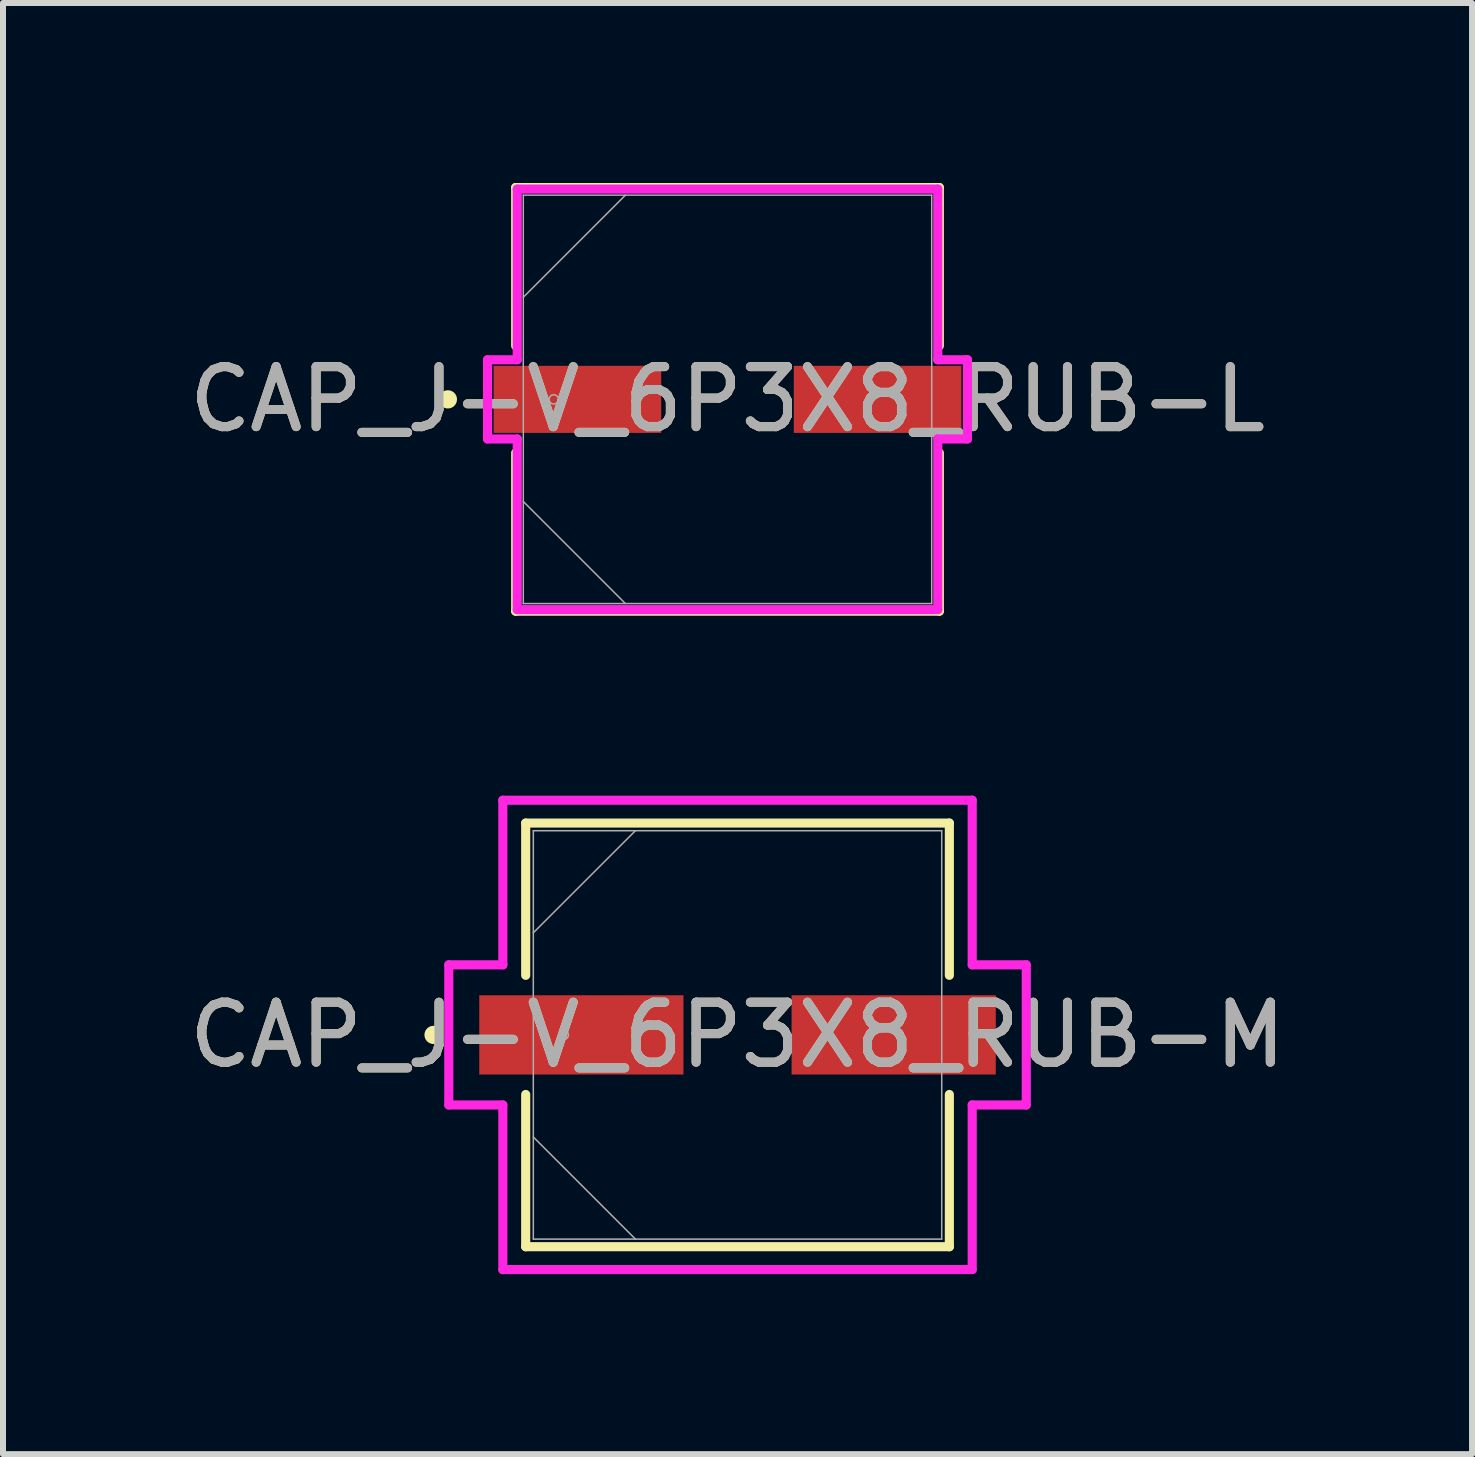
<source format=kicad_pcb>
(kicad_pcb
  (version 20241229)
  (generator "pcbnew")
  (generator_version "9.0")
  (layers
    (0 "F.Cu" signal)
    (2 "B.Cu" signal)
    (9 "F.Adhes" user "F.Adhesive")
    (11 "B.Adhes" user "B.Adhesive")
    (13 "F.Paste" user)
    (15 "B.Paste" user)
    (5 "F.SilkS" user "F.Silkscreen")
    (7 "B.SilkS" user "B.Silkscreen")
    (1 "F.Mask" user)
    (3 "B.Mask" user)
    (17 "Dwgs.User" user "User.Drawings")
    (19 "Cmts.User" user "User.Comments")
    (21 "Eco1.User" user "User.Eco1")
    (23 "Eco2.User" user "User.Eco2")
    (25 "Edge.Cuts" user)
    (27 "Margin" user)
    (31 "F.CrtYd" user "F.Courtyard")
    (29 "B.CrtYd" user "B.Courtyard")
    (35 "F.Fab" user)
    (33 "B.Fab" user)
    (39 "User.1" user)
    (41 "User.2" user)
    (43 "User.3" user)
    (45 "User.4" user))
  (footprint "CAP_J-V_6P3X8_RUB-M"
    (layer "F.Cu")
    (at 9.244 14.201)
    (property "Reference" "CAP_J-V_6P3X8_RUB-M" (at 0 0 0) (unlocked yes) (layer "F.SilkS") (effects (font (size 1 1) (thickness 0.15))))
    (attr smd)
    (fp_line (start -3.531 -3.531) (end -3.531 -0.993) (stroke (width 0.152) (type solid)) (layer "F.SilkS"))
    (fp_line (start -3.531 0.993) (end -3.531 3.531) (stroke (width 0.152) (type solid)) (layer "F.SilkS"))
    (fp_line (start -3.531 3.531) (end 3.531 3.531) (stroke (width 0.152) (type solid)) (layer "F.SilkS"))
    (fp_line (start 3.531 -3.531) (end -3.531 -3.531) (stroke (width 0.152) (type solid)) (layer "F.SilkS"))
    (fp_line (start 3.531 -0.993) (end 3.531 -3.531) (stroke (width 0.152) (type solid)) (layer "F.SilkS"))
    (fp_line (start 3.531 3.531) (end 3.531 0.993) (stroke (width 0.152) (type solid)) (layer "F.SilkS"))
    (fp_circle (center -5.067 0) (end -4.991 0) (stroke (width 0.152) (type solid)) (fill no) (layer "F.SilkS"))
    (fp_line (start -4.813 -1.168) (end -3.912 -1.168) (stroke (width 0.152) (type solid)) (layer "F.CrtYd"))
    (fp_line (start -4.813 1.168) (end -4.813 -1.168) (stroke (width 0.152) (type solid)) (layer "F.CrtYd"))
    (fp_line (start -3.912 -3.912) (end 3.912 -3.912) (stroke (width 0.152) (type solid)) (layer "F.CrtYd"))
    (fp_line (start -3.912 -1.168) (end -3.912 -3.912) (stroke (width 0.152) (type solid)) (layer "F.CrtYd"))
    (fp_line (start -3.912 1.168) (end -4.813 1.168) (stroke (width 0.152) (type solid)) (layer "F.CrtYd"))
    (fp_line (start -3.912 3.912) (end -3.912 1.168) (stroke (width 0.152) (type solid)) (layer "F.CrtYd"))
    (fp_line (start 3.912 -3.912) (end 3.912 -1.168) (stroke (width 0.152) (type solid)) (layer "F.CrtYd"))
    (fp_line (start 3.912 -1.168) (end 4.813 -1.168) (stroke (width 0.152) (type solid)) (layer "F.CrtYd"))
    (fp_line (start 3.912 1.168) (end 3.912 3.912) (stroke (width 0.152) (type solid)) (layer "F.CrtYd"))
    (fp_line (start 3.912 3.912) (end -3.912 3.912) (stroke (width 0.152) (type solid)) (layer "F.CrtYd"))
    (fp_line (start 4.813 -1.168) (end 4.813 1.168) (stroke (width 0.152) (type solid)) (layer "F.CrtYd"))
    (fp_line (start 4.813 1.168) (end 3.912 1.168) (stroke (width 0.152) (type solid)) (layer "F.CrtYd"))
    (fp_line (start -3.404 -3.404) (end -3.404 3.404) (stroke (width 0.025) (type solid)) (layer "F.Fab"))
    (fp_line (start -3.404 -1.702) (end -1.702 -3.404) (stroke (width 0.025) (type solid)) (layer "F.Fab"))
    (fp_line (start -3.404 1.702) (end -1.702 3.404) (stroke (width 0.025) (type solid)) (layer "F.Fab"))
    (fp_line (start -3.404 3.404) (end 3.404 3.404) (stroke (width 0.025) (type solid)) (layer "F.Fab"))
    (fp_line (start 3.404 -3.404) (end -3.404 -3.404) (stroke (width 0.025) (type solid)) (layer "F.Fab"))
    (fp_line (start 3.404 3.404) (end 3.404 -3.404) (stroke (width 0.025) (type solid)) (layer "F.Fab"))
    (fp_circle (center -2.896 0) (end -2.819 0) (stroke (width 0.025) (type solid)) (fill no) (layer "F.Fab"))
    (fp_text user "${REFERENCE}" (at 0 0 0) (unlocked yes) (layer "F.Fab") (effects (font (size 1 1) (thickness 0.15))))
    (pad "1" smd rect (at -2.603 0) (size 3.404 1.321) (layers "F.Cu" "F.Mask" "F.Paste"))
    (pad "2" smd rect (at 2.603 0) (size 3.404 1.321) (layers "F.Cu" "F.Mask" "F.Paste"))
    (zone (net_name "") (layer "F.Cu") (hatch full 0.508) (connect_pads) (min_thickness 0.254) (filled_areas_thickness no) (keepout (tracks not_allowed) (vias not_allowed) (pads allowed) (copperpour not_allowed) (footprints allowed)) (placement (enabled no)) (fill) (polygon (pts (xy 5.891 10.849) (xy 12.597 10.849) (xy 12.597 13.49) (xy 5.891 13.49))))
    (zone (net_name "") (layer "F.Cu") (hatch full 0.508) (connect_pads) (min_thickness 0.254) (filled_areas_thickness no) (keepout (tracks not_allowed) (vias not_allowed) (pads allowed) (copperpour not_allowed) (footprints allowed)) (placement (enabled no)) (fill) (polygon (pts (xy 5.891 14.913) (xy 12.597 14.913) (xy 12.597 17.554) (xy 5.891 17.554))))
    (zone (net_name "") (layer "F.Cu") (hatch full 0.508) (connect_pads) (min_thickness 0.254) (filled_areas_thickness no) (keepout (tracks not_allowed) (vias not_allowed) (pads allowed) (copperpour not_allowed) (footprints allowed)) (placement (enabled no)) (fill) (polygon (pts (xy 8.393 13.49) (xy 10.095 13.49) (xy 10.095 14.913) (xy 8.393 14.913)))))
  (footprint "CAP_J-V_6P3X8_RUB-L"
    (layer "F.Cu")
    (at 9.077 3.607)
    (property "Reference" "CAP_J-V_6P3X8_RUB-L" (at 0 0 0) (unlocked yes) (layer "F.SilkS") (effects (font (size 1 1) (thickness 0.15))))
    (attr smd)
    (fp_line (start -3.531 -3.531) (end -3.531 -0.892) (stroke (width 0.152) (type solid)) (layer "F.SilkS"))
    (fp_line (start -3.531 0.892) (end -3.531 3.531) (stroke (width 0.152) (type solid)) (layer "F.SilkS"))
    (fp_line (start -3.531 3.531) (end 3.531 3.531) (stroke (width 0.152) (type solid)) (layer "F.SilkS"))
    (fp_line (start 3.531 -3.531) (end -3.531 -3.531) (stroke (width 0.152) (type solid)) (layer "F.SilkS"))
    (fp_line (start 3.531 -0.892) (end 3.531 -3.531) (stroke (width 0.152) (type solid)) (layer "F.SilkS"))
    (fp_line (start 3.531 3.531) (end 3.531 0.892) (stroke (width 0.152) (type solid)) (layer "F.SilkS"))
    (fp_circle (center -4.661 0) (end -4.585 0) (stroke (width 0.152) (type solid)) (fill no) (layer "F.SilkS"))
    (fp_line (start -4 -0.66) (end -3.505 -0.66) (stroke (width 0.152) (type solid)) (layer "F.CrtYd"))
    (fp_line (start -4 0.66) (end -4 -0.66) (stroke (width 0.152) (type solid)) (layer "F.CrtYd"))
    (fp_line (start -3.505 -3.505) (end 3.505 -3.505) (stroke (width 0.152) (type solid)) (layer "F.CrtYd"))
    (fp_line (start -3.505 -0.66) (end -3.505 -3.505) (stroke (width 0.152) (type solid)) (layer "F.CrtYd"))
    (fp_line (start -3.505 0.66) (end -4 0.66) (stroke (width 0.152) (type solid)) (layer "F.CrtYd"))
    (fp_line (start -3.505 3.505) (end -3.505 0.66) (stroke (width 0.152) (type solid)) (layer "F.CrtYd"))
    (fp_line (start 3.505 -3.505) (end 3.505 -0.66) (stroke (width 0.152) (type solid)) (layer "F.CrtYd"))
    (fp_line (start 3.505 -0.66) (end 4 -0.66) (stroke (width 0.152) (type solid)) (layer "F.CrtYd"))
    (fp_line (start 3.505 0.66) (end 3.505 3.505) (stroke (width 0.152) (type solid)) (layer "F.CrtYd"))
    (fp_line (start 3.505 3.505) (end -3.505 3.505) (stroke (width 0.152) (type solid)) (layer "F.CrtYd"))
    (fp_line (start 4 -0.66) (end 4 0.66) (stroke (width 0.152) (type solid)) (layer "F.CrtYd"))
    (fp_line (start 4 0.66) (end 3.505 0.66) (stroke (width 0.152) (type solid)) (layer "F.CrtYd"))
    (fp_line (start -3.404 -3.404) (end -3.404 3.404) (stroke (width 0.025) (type solid)) (layer "F.Fab"))
    (fp_line (start -3.404 -1.702) (end -1.702 -3.404) (stroke (width 0.025) (type solid)) (layer "F.Fab"))
    (fp_line (start -3.404 1.702) (end -1.702 3.404) (stroke (width 0.025) (type solid)) (layer "F.Fab"))
    (fp_line (start -3.404 3.404) (end 3.404 3.404) (stroke (width 0.025) (type solid)) (layer "F.Fab"))
    (fp_line (start 3.404 -3.404) (end -3.404 -3.404) (stroke (width 0.025) (type solid)) (layer "F.Fab"))
    (fp_line (start 3.404 3.404) (end 3.404 -3.404) (stroke (width 0.025) (type solid)) (layer "F.Fab"))
    (fp_circle (center -2.896 0) (end -2.819 0) (stroke (width 0.025) (type solid)) (fill no) (layer "F.Fab"))
    (fp_text user "${REFERENCE}" (at 0 0 0) (unlocked yes) (layer "F.Fab") (effects (font (size 1 1) (thickness 0.15))))
    (pad "1" smd rect (at -2.502 0) (size 2.794 1.118) (layers "F.Cu" "F.Mask" "F.Paste"))
    (pad "2" smd rect (at 2.502 0) (size 2.794 1.118) (layers "F.Cu" "F.Mask" "F.Paste"))
    (zone (net_name "") (layer "F.Cu") (hatch full 0.508) (connect_pads) (min_thickness 0.254) (filled_areas_thickness no) (keepout (tracks not_allowed) (vias not_allowed) (pads allowed) (copperpour not_allowed) (footprints allowed)) (placement (enabled no)) (fill) (polygon (pts (xy 5.725 0.254) (xy 12.43 0.254) (xy 12.43 2.997) (xy 5.725 2.997))))
    (zone (net_name "") (layer "F.Cu") (hatch full 0.508) (connect_pads) (min_thickness 0.254) (filled_areas_thickness no) (keepout (tracks not_allowed) (vias not_allowed) (pads allowed) (copperpour not_allowed) (footprints allowed)) (placement (enabled no)) (fill) (polygon (pts (xy 5.725 4.216) (xy 12.43 4.216) (xy 12.43 6.96) (xy 5.725 6.96))))
    (zone (net_name "") (layer "F.Cu") (hatch full 0.508) (connect_pads) (min_thickness 0.254) (filled_areas_thickness no) (keepout (tracks not_allowed) (vias not_allowed) (pads allowed) (copperpour not_allowed) (footprints allowed)) (placement (enabled no)) (fill) (polygon (pts (xy 8.023 2.997) (xy 10.131 2.997) (xy 10.131 4.216) (xy 8.023 4.216)))))
  (gr_rect
    (start -3 -3)
    (end 21.488 21.189)
    (stroke (width 0.1) (type default))
    (fill no)
    (layer "Edge.Cuts")))
</source>
